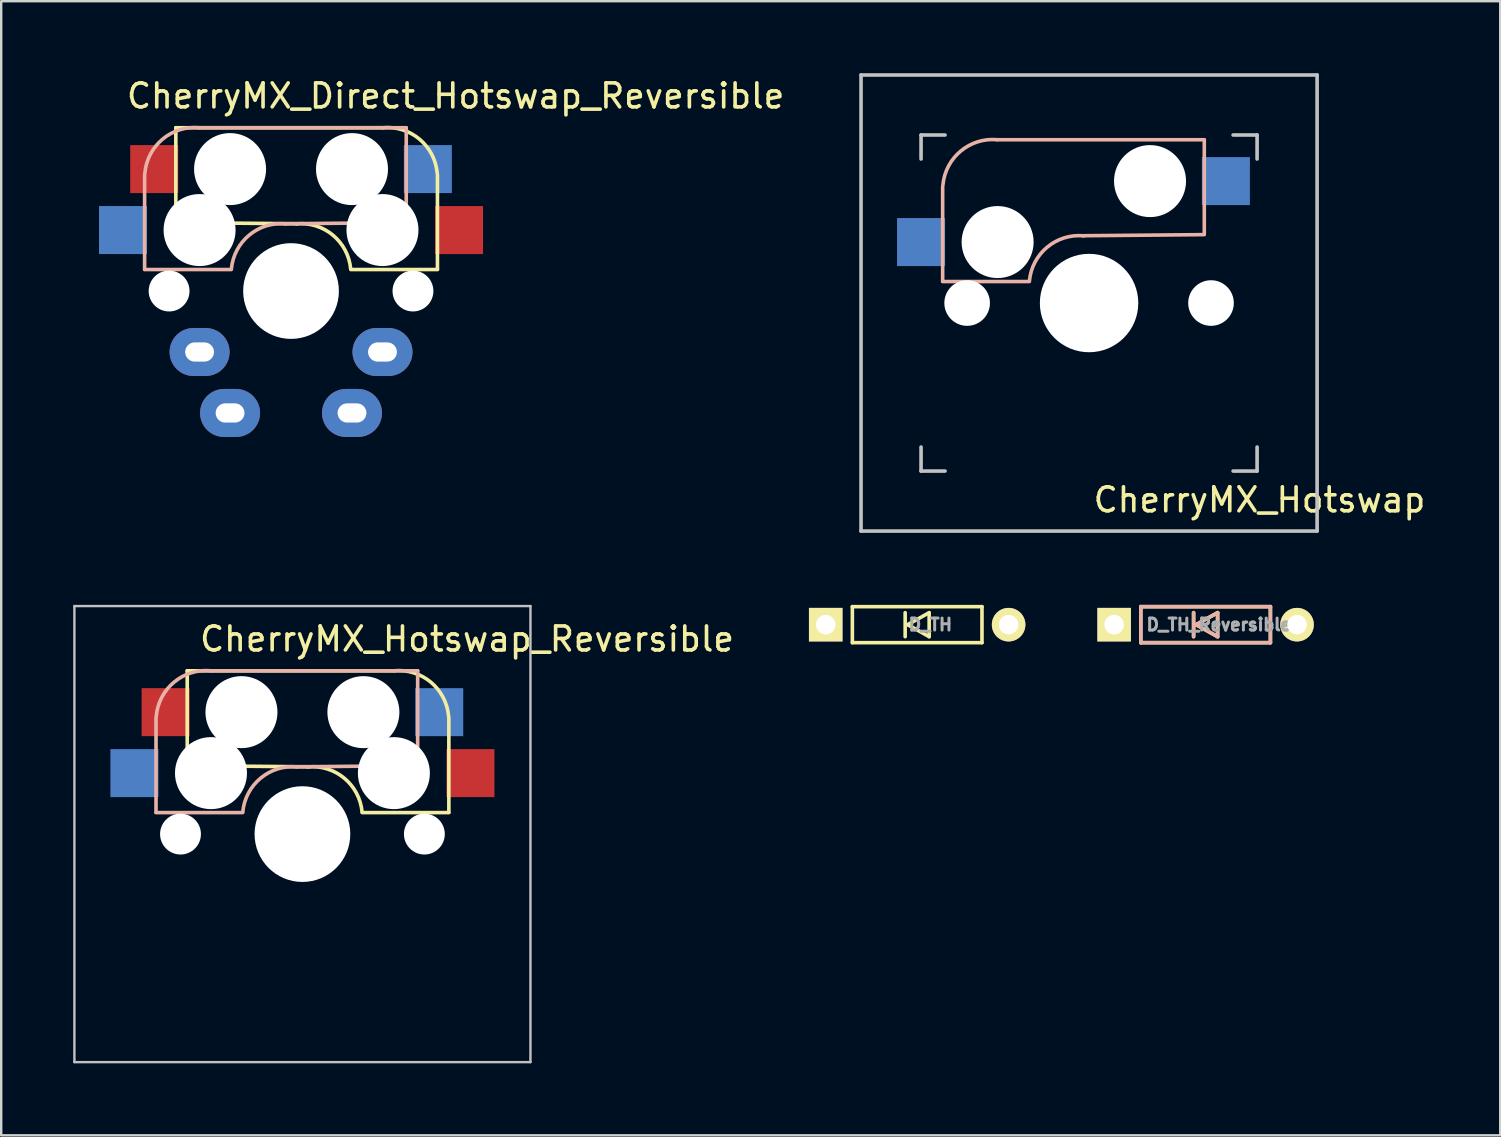
<source format=kicad_pcb>
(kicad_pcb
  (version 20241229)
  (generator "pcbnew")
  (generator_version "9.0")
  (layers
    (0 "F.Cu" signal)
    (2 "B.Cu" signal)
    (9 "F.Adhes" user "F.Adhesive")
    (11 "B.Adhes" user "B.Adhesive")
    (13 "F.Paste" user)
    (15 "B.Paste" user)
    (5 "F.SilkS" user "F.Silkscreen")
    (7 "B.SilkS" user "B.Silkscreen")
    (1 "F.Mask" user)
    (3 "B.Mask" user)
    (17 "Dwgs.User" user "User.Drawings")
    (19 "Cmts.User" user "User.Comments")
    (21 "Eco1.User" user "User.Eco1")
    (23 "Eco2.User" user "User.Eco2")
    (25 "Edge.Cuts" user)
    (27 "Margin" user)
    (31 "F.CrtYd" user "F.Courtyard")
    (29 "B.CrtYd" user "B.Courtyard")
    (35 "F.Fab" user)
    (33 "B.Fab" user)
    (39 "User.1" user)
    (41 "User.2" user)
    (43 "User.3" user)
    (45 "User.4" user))
  (footprint "CherryMX_Hotswap"
    (layer "F.Cu")
    (at 42.323 9.575)
    (property "Reference" "CherryMX_Hotswap" (at 7.1 8.2 0) (layer "F.SilkS") (effects (font (size 1 1) (thickness 0.15))))
    (attr through_hole)
    (fp_line (start -6.1 -4.85) (end -6.1 -0.905) (stroke (width 0.15) (type solid)) (layer "B.SilkS"))
    (fp_line (start -6.1 -0.896) (end -2.49 -0.896) (stroke (width 0.15) (type solid)) (layer "B.SilkS"))
    (fp_line (start 4.8 -6.804) (end -3.825 -6.804) (stroke (width 0.15) (type solid)) (layer "B.SilkS"))
    (fp_line (start 4.8 -2.896) (end 4.8 -6.804) (stroke (width 0.15) (type solid)) (layer "B.SilkS"))
    (fp_line (start 4.8 -2.85) (end -0.25 -2.804) (stroke (width 0.15) (type solid)) (layer "B.SilkS"))
    (fp_arc (start -6.089 -4.92) (mid -5.347189 -6.33089) (end -3.825 -6.804) (stroke (width 0.15) (type solid)) (layer "B.SilkS"))
    (fp_arc (start -2.485 -0.92) (mid -1.744361 -2.328061) (end -0.225 -2.8) (stroke (width 0.15) (type solid)) (layer "B.SilkS"))
    (fp_line (start -9.5 -9.5) (end 9.5 -9.5) (stroke (width 0.15) (type solid)) (layer "Dwgs.User"))
    (fp_line (start -9.5 9.5) (end -9.5 -9.5) (stroke (width 0.15) (type solid)) (layer "Dwgs.User"))
    (fp_line (start -7 -7) (end -6 -7) (stroke (width 0.15) (type solid)) (layer "Dwgs.User"))
    (fp_line (start -7 -6) (end -7 -7) (stroke (width 0.15) (type solid)) (layer "Dwgs.User"))
    (fp_line (start -7 6) (end -7 7) (stroke (width 0.15) (type solid)) (layer "Dwgs.User"))
    (fp_line (start -7 7) (end -6 7) (stroke (width 0.15) (type solid)) (layer "Dwgs.User"))
    (fp_line (start 6 7) (end 7 7) (stroke (width 0.15) (type solid)) (layer "Dwgs.User"))
    (fp_line (start 7 -7) (end 6 -7) (stroke (width 0.15) (type solid)) (layer "Dwgs.User"))
    (fp_line (start 7 -7) (end 7 -6) (stroke (width 0.15) (type solid)) (layer "Dwgs.User"))
    (fp_line (start 7 7) (end 7 6) (stroke (width 0.15) (type solid)) (layer "Dwgs.User"))
    (fp_line (start 9.5 -9.5) (end 9.5 9.5) (stroke (width 0.15) (type solid)) (layer "Dwgs.User"))
    (fp_line (start 9.5 9.5) (end -9.5 9.5) (stroke (width 0.15) (type solid)) (layer "Dwgs.User"))
    (pad "" np_thru_hole circle (at -5.08 0) (size 1.9 1.9) (drill 1.9) (layers "*.Cu" "*.Mask"))
    (pad "" np_thru_hole circle (at -3.81 -2.54) (size 3 3) (drill 3) (layers "*.Cu" "*.Mask"))
    (pad "" np_thru_hole circle (at 0 0 90) (size 4.1 4.1) (drill 4.1) (layers "*.Cu" "*.Mask"))
    (pad "" np_thru_hole circle (at 2.54 -5.08) (size 3 3) (drill 3) (layers "*.Cu" "*.Mask"))
    (pad "" np_thru_hole circle (at 5.08 0) (size 1.9 1.9) (drill 1.9) (layers "*.Cu" "*.Mask"))
    (pad "1" smd rect (at 5.7 -5.08 180) (size 2 2) (layers "B.Cu" "B.Mask" "B.Paste"))
    (pad "2" smd rect (at -7 -2.54 180) (size 2 2) (layers "B.Cu" "B.Mask" "B.Paste")))
  (footprint "CherryMX_Hotswap_Reversible"
    (layer "F.Cu")
    (at 9.55 31.7)
    (property "Reference" "CherryMX_Hotswap_Reversible" (at 6.858 -8.128 180) (layer "F.SilkS") (effects (font (size 1 1) (thickness 0.15))))
    (attr through_hole)
    (fp_line (start -4.8 -6.804) (end 3.825 -6.804) (stroke (width 0.15) (type solid)) (layer "F.SilkS"))
    (fp_line (start -4.8 -2.896) (end -4.8 -6.804) (stroke (width 0.15) (type solid)) (layer "F.SilkS"))
    (fp_line (start -4.8 -2.85) (end 0.25 -2.804) (stroke (width 0.15) (type solid)) (layer "F.SilkS"))
    (fp_line (start 6.1 -4.85) (end 6.1 -0.905) (stroke (width 0.15) (type solid)) (layer "F.SilkS"))
    (fp_line (start 6.1 -0.896) (end 2.49 -0.896) (stroke (width 0.15) (type solid)) (layer "F.SilkS"))
    (fp_arc (start 0.225 -2.8) (mid 1.744361 -2.328061) (end 2.485 -0.92) (stroke (width 0.15) (type solid)) (layer "F.SilkS"))
    (fp_arc (start 3.825 -6.804) (mid 5.347189 -6.33089) (end 6.089 -4.92) (stroke (width 0.15) (type solid)) (layer "F.SilkS"))
    (fp_line (start -6.1 -4.85) (end -6.1 -0.905) (stroke (width 0.15) (type solid)) (layer "B.SilkS"))
    (fp_line (start -6.1 -0.896) (end -2.49 -0.896) (stroke (width 0.15) (type solid)) (layer "B.SilkS"))
    (fp_line (start 4.8 -6.804) (end -3.825 -6.804) (stroke (width 0.15) (type solid)) (layer "B.SilkS"))
    (fp_line (start 4.8 -2.896) (end 4.8 -6.804) (stroke (width 0.15) (type solid)) (layer "B.SilkS"))
    (fp_line (start 4.8 -2.85) (end -0.25 -2.804) (stroke (width 0.15) (type solid)) (layer "B.SilkS"))
    (fp_arc (start -6.089 -4.92) (mid -5.347189 -6.33089) (end -3.825 -6.804) (stroke (width 0.15) (type solid)) (layer "B.SilkS"))
    (fp_arc (start -2.485 -0.92) (mid -1.744361 -2.328061) (end -0.225 -2.8) (stroke (width 0.15) (type solid)) (layer "B.SilkS"))
    (fp_line (start -9.5 -9.5) (end 9.5 -9.5) (stroke (width 0.1) (type solid)) (layer "Dwgs.User"))
    (fp_line (start -9.5 9.5) (end -9.5 -9.5) (stroke (width 0.1) (type solid)) (layer "Dwgs.User"))
    (fp_line (start 9.5 -9.5) (end 9.5 9.5) (stroke (width 0.1) (type solid)) (layer "Dwgs.User"))
    (fp_line (start 9.5 9.5) (end -9.5 9.5) (stroke (width 0.1) (type solid)) (layer "Dwgs.User"))
    (fp_line (start -7 -7) (end -6 -7) (stroke (width 0.1) (type solid)) (layer "Eco1.User"))
    (fp_line (start -7 -6) (end -7 -7) (stroke (width 0.1) (type solid)) (layer "Eco1.User"))
    (fp_line (start -7 7) (end -7 6) (stroke (width 0.1) (type solid)) (layer "Eco1.User"))
    (fp_line (start -6 7) (end -7 7) (stroke (width 0.1) (type solid)) (layer "Eco1.User"))
    (fp_line (start 6 -7) (end 7 -7) (stroke (width 0.12) (type solid)) (layer "Eco1.User"))
    (fp_line (start 7 -7) (end 7 -6) (stroke (width 0.1) (type solid)) (layer "Eco1.User"))
    (fp_line (start 7 6) (end 7 7) (stroke (width 0.12) (type solid)) (layer "Eco1.User"))
    (fp_line (start 7 7) (end 6 7) (stroke (width 0.12) (type solid)) (layer "Eco1.User"))
    (pad "" np_thru_hole circle (at -5.08 0 180) (size 1.702 1.702) (drill 1.702) (layers "*.Cu" "*.Mask"))
    (pad "" np_thru_hole circle (at -3.81 -2.54 180) (size 3 3) (drill 3) (layers "*.Cu" "*.Mask"))
    (pad "" np_thru_hole circle (at -2.54 -5.08 180) (size 3 3) (drill 3) (layers "*.Cu" "*.Mask"))
    (pad "" np_thru_hole circle (at 0 0 270) (size 3.988 3.988) (drill 3.988) (layers "*.Cu" "*.Mask"))
    (pad "" np_thru_hole circle (at 2.54 -5.08 180) (size 3 3) (drill 3) (layers "*.Cu" "*.Mask"))
    (pad "" np_thru_hole circle (at 3.81 -2.54 180) (size 3 3) (drill 3) (layers "*.Cu" "*.Mask"))
    (pad "" np_thru_hole circle (at 5.08 0 180) (size 1.702 1.702) (drill 1.702) (layers "*.Cu" "*.Mask"))
    (pad "1" smd rect (at 5.7 -5.08 180) (size 2 2) (layers "B.Cu" "B.Mask" "B.Paste"))
    (pad "1" smd rect (at 7 -2.54 180) (size 2 2) (layers "F.Cu" "F.Mask" "F.Paste"))
    (pad "2" smd rect (at -7 -2.54 180) (size 2 2) (layers "B.Cu" "B.Mask" "B.Paste"))
    (pad "2" smd rect (at -5.7 -5.08 180) (size 2 2) (layers "F.Cu" "F.Mask" "F.Paste")))
  (footprint "D_TH_Reversible"
    (layer "F.Cu")
    (at 47.178 22.975)
    (property "Reference" "D_TH_Reversible" (at 0.55 0 0) (layer "F.Fab") (effects (font (size 0.5 0.5) (thickness 0.125))))
    (attr through_hole)
    (fp_line (start -2.7 -0.75) (end -2.7 0.75) (stroke (width 0.15) (type solid)) (layer "F.SilkS"))
    (fp_line (start -2.7 0.75) (end 2.7 0.75) (stroke (width 0.15) (type solid)) (layer "F.SilkS"))
    (fp_line (start -0.5 -0.5) (end -0.5 0.5) (stroke (width 0.15) (type solid)) (layer "F.SilkS"))
    (fp_line (start -0.4 0) (end 0.5 -0.5) (stroke (width 0.15) (type solid)) (layer "F.SilkS"))
    (fp_line (start 0.5 -0.5) (end 0.5 0.5) (stroke (width 0.15) (type solid)) (layer "F.SilkS"))
    (fp_line (start 0.5 0.5) (end -0.4 0) (stroke (width 0.15) (type solid)) (layer "F.SilkS"))
    (fp_line (start 2.7 -0.75) (end -2.7 -0.75) (stroke (width 0.15) (type solid)) (layer "F.SilkS"))
    (fp_line (start 2.7 0.75) (end 2.7 -0.75) (stroke (width 0.15) (type solid)) (layer "F.SilkS"))
    (fp_line (start -2.7 -0.75) (end -2.7 0.75) (stroke (width 0.15) (type solid)) (layer "B.SilkS"))
    (fp_line (start -2.7 0.75) (end 2.7 0.75) (stroke (width 0.15) (type solid)) (layer "B.SilkS"))
    (fp_line (start -0.5 -0.5) (end -0.5 0.5) (stroke (width 0.15) (type solid)) (layer "B.SilkS"))
    (fp_line (start -0.4 0) (end 0.5 -0.5) (stroke (width 0.15) (type solid)) (layer "B.SilkS"))
    (fp_line (start 0.5 -0.5) (end 0.5 0.5) (stroke (width 0.15) (type solid)) (layer "B.SilkS"))
    (fp_line (start 0.5 0.5) (end -0.4 0) (stroke (width 0.15) (type solid)) (layer "B.SilkS"))
    (fp_line (start 2.7 -0.75) (end -2.7 -0.75) (stroke (width 0.15) (type solid)) (layer "B.SilkS"))
    (fp_line (start 2.7 0.75) (end 2.7 -0.75) (stroke (width 0.15) (type solid)) (layer "B.SilkS"))
    (pad "1" thru_hole rect (at -3.81 0) (size 1.397 1.397) (drill 0.813) (layers "*.Cu" "*.Mask" "F.SilkS"))
    (pad "2" thru_hole circle (at 3.81 0) (size 1.397 1.397) (drill 0.813) (layers "*.Cu" "*.Mask" "F.SilkS")))
  (footprint "CherryMX_Direct_Hotswap_Reversible"
    (layer "F.Cu")
    (at 9.075 9.075)
    (property "Reference" "CherryMX_Direct_Hotswap_Reversible" (at 6.858 -8.128 180) (layer "F.SilkS") (effects (font (size 1 1) (thickness 0.15))))
    (attr through_hole)
    (fp_line (start -4.8 -6.804) (end 3.825 -6.804) (stroke (width 0.15) (type solid)) (layer "F.SilkS"))
    (fp_line (start -4.8 -2.896) (end -4.8 -6.804) (stroke (width 0.15) (type solid)) (layer "F.SilkS"))
    (fp_line (start -4.8 -2.85) (end 0.25 -2.804) (stroke (width 0.15) (type solid)) (layer "F.SilkS"))
    (fp_line (start 6.1 -4.85) (end 6.1 -0.905) (stroke (width 0.15) (type solid)) (layer "F.SilkS"))
    (fp_line (start 6.1 -0.896) (end 2.49 -0.896) (stroke (width 0.15) (type solid)) (layer "F.SilkS"))
    (fp_arc (start 0.225 -2.8) (mid 1.744361 -2.328061) (end 2.485 -0.92) (stroke (width 0.15) (type solid)) (layer "F.SilkS"))
    (fp_arc (start 3.825 -6.804) (mid 5.347189 -6.33089) (end 6.089 -4.92) (stroke (width 0.15) (type solid)) (layer "F.SilkS"))
    (fp_line (start -6.1 -4.85) (end -6.1 -0.905) (stroke (width 0.15) (type solid)) (layer "B.SilkS"))
    (fp_line (start -6.1 -0.896) (end -2.49 -0.896) (stroke (width 0.15) (type solid)) (layer "B.SilkS"))
    (fp_line (start 4.8 -6.804) (end -3.825 -6.804) (stroke (width 0.15) (type solid)) (layer "B.SilkS"))
    (fp_line (start 4.8 -2.896) (end 4.8 -6.804) (stroke (width 0.15) (type solid)) (layer "B.SilkS"))
    (fp_line (start 4.8 -2.85) (end -0.25 -2.804) (stroke (width 0.15) (type solid)) (layer "B.SilkS"))
    (fp_arc (start -6.089 -4.92) (mid -5.347189 -6.33089) (end -3.825 -6.804) (stroke (width 0.15) (type solid)) (layer "B.SilkS"))
    (fp_arc (start -2.485 -0.92) (mid -1.744361 -2.328061) (end -0.225 -2.8) (stroke (width 0.15) (type solid)) (layer "B.SilkS"))
    (fp_line (start -9 -9) (end 9 -9) (stroke (width 0.15) (type solid)) (layer "Eco1.User"))
    (fp_line (start -9 9) (end -9 -9) (stroke (width 0.15) (type solid)) (layer "Eco1.User"))
    (fp_line (start 9 -9) (end 9 9) (stroke (width 0.15) (type solid)) (layer "Eco1.User"))
    (fp_line (start 9 9) (end -9 9) (stroke (width 0.15) (type solid)) (layer "Eco1.User"))
    (fp_line (start -7 -7) (end 7 -7) (stroke (width 0.15) (type solid)) (layer "Eco2.User"))
    (fp_line (start -7 7) (end -7 -7) (stroke (width 0.15) (type solid)) (layer "Eco2.User"))
    (fp_line (start 7 -7) (end 7 7) (stroke (width 0.15) (type solid)) (layer "Eco2.User"))
    (fp_line (start 7 7) (end -7 7) (stroke (width 0.15) (type solid)) (layer "Eco2.User"))
    (pad "" np_thru_hole circle (at -5.08 0 180) (size 1.702 1.702) (drill 1.702) (layers "*.Cu" "*.Mask"))
    (pad "" np_thru_hole circle (at -3.81 -2.54 180) (size 3 3) (drill 3) (layers "*.Cu" "*.Mask"))
    (pad "" np_thru_hole circle (at -2.54 -5.08 180) (size 3 3) (drill 3) (layers "*.Cu" "*.Mask"))
    (pad "" np_thru_hole circle (at 0 0 270) (size 3.988 3.988) (drill 3.988) (layers "*.Cu" "*.Mask"))
    (pad "" np_thru_hole circle (at 2.54 -5.08 180) (size 3 3) (drill 3) (layers "*.Cu" "*.Mask"))
    (pad "" np_thru_hole circle (at 3.81 -2.54 180) (size 3 3) (drill 3) (layers "*.Cu" "*.Mask"))
    (pad "" np_thru_hole circle (at 5.08 0 180) (size 1.702 1.702) (drill 1.702) (layers "*.Cu" "*.Mask"))
    (pad "1" smd rect (at -7 -2.54 180) (size 2 2) (layers "B.Cu" "B.Mask" "B.Paste"))
    (pad "1" smd rect (at -5.7 -5.08 180) (size 2 2) (layers "F.Cu" "F.Mask" "F.Paste"))
    (pad "1" thru_hole oval (at -3.81 2.54 180) (size 2.5 2) (drill oval 1.2 0.8) (layers "*.Cu" "*.Mask"))
    (pad "1" thru_hole oval (at -2.54 5.08 180) (size 2.5 2) (drill oval 1.2 0.8) (layers "*.Cu" "*.Mask"))
    (pad "2" thru_hole oval (at 2.54 5.08 180) (size 2.5 2) (drill oval 1.2 0.8) (layers "*.Cu" "*.Mask"))
    (pad "2" thru_hole oval (at 3.81 2.54 180) (size 2.5 2) (drill oval 1.2 0.8) (layers "*.Cu" "*.Mask"))
    (pad "2" smd rect (at 5.7 -5.08 180) (size 2 2) (layers "B.Cu" "B.Mask" "B.Paste"))
    (pad "2" smd rect (at 7 -2.54 180) (size 2 2) (layers "F.Cu" "F.Mask" "F.Paste")))
  (footprint "D_TH"
    (layer "F.Cu")
    (at 35.161 22.975)
    (property "Reference" "D_TH" (at 0.55 0 0) (layer "F.Fab") (effects (font (size 0.5 0.5) (thickness 0.125))))
    (attr through_hole)
    (fp_line (start -2.7 -0.75) (end -2.7 0.75) (stroke (width 0.15) (type solid)) (layer "F.SilkS"))
    (fp_line (start -2.7 0.75) (end 2.7 0.75) (stroke (width 0.15) (type solid)) (layer "F.SilkS"))
    (fp_line (start -0.5 -0.5) (end -0.5 0.5) (stroke (width 0.15) (type solid)) (layer "F.SilkS"))
    (fp_line (start -0.4 0) (end 0.5 -0.5) (stroke (width 0.15) (type solid)) (layer "F.SilkS"))
    (fp_line (start 0.5 -0.5) (end 0.5 0.5) (stroke (width 0.15) (type solid)) (layer "F.SilkS"))
    (fp_line (start 0.5 0.5) (end -0.4 0) (stroke (width 0.15) (type solid)) (layer "F.SilkS"))
    (fp_line (start 2.7 -0.75) (end -2.7 -0.75) (stroke (width 0.15) (type solid)) (layer "F.SilkS"))
    (fp_line (start 2.7 0.75) (end 2.7 -0.75) (stroke (width 0.15) (type solid)) (layer "F.SilkS"))
    (pad "1" thru_hole rect (at -3.81 0) (size 1.397 1.397) (drill 0.813) (layers "*.Cu" "*.Mask" "F.SilkS"))
    (pad "2" thru_hole circle (at 3.81 0) (size 1.397 1.397) (drill 0.813) (layers "*.Cu" "*.Mask" "F.SilkS")))
  (gr_rect
    (start -3 -3)
    (end 59.453 44.25)
    (stroke (width 0.1) (type default))
    (fill no)
    (layer "Edge.Cuts")))
</source>
